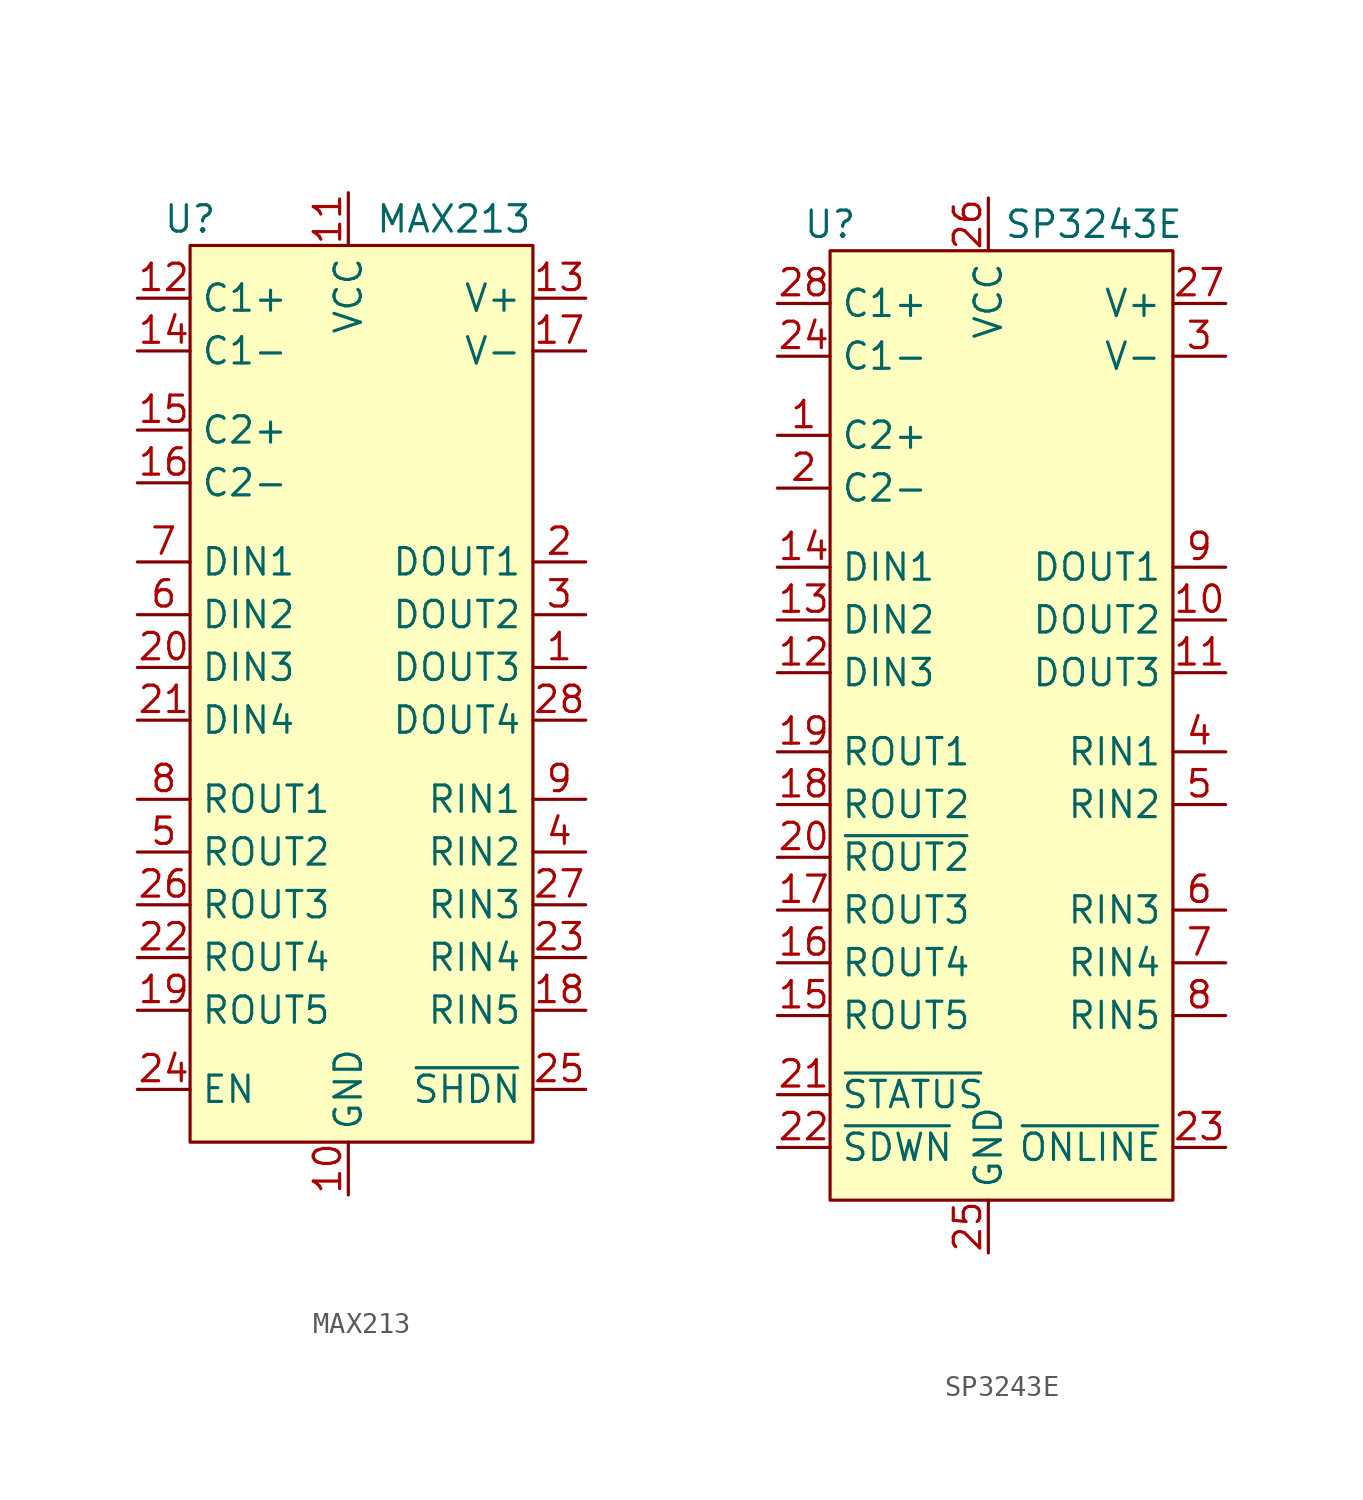
<source format=kicad_sym>
(kicad_symbol_lib
  (version 20211014)
  (generator kicad_symbol_editor)
  (symbol "MAX213"
    (property "Reference" "U"
      (at -7.62 15.24 0)
      (effects (font (size 1.27 1.27))))
    (property "Value" "MAX213"
      (at 5.08 15.24 0)
      (effects (font (size 1.27 1.27))))
    (symbol "MAX213_0_1"
      (rectangle (start -7.62 13.97) (end 8.89 -29.21) (stroke (width 0) (type default) (color 0 0 0 0)) (fill (type background))))
    (symbol "MAX213_1_1"
      (pin output line (at 11.43 -6.35 180) (length 2.54) (name "DOUT3" (effects (font (size 1.27 1.27)))) (number "1" (effects (font (size 1.27 1.27)))))
      (pin power_in line (at 0 -31.75 90) (length 2.54) (name "GND" (effects (font (size 1.27 1.27)))) (number "10" (effects (font (size 1.27 1.27)))))
      (pin power_in line (at 0 16.51 270) (length 2.54) (name "VCC" (effects (font (size 1.27 1.27)))) (number "11" (effects (font (size 1.27 1.27)))))
      (pin passive line (at -10.16 11.43 0) (length 2.54) (name "C1+" (effects (font (size 1.27 1.27)))) (number "12" (effects (font (size 1.27 1.27)))))
      (pin power_in line (at 11.43 11.43 180) (length 2.54) (name "V+" (effects (font (size 1.27 1.27)))) (number "13" (effects (font (size 1.27 1.27)))))
      (pin passive line (at -10.16 8.89 0) (length 2.54) (name "C1-" (effects (font (size 1.27 1.27)))) (number "14" (effects (font (size 1.27 1.27)))))
      (pin passive line (at -10.16 5.08 0) (length 2.54) (name "C2+" (effects (font (size 1.27 1.27)))) (number "15" (effects (font (size 1.27 1.27)))))
      (pin passive line (at -10.16 2.54 0) (length 2.54) (name "C2-" (effects (font (size 1.27 1.27)))) (number "16" (effects (font (size 1.27 1.27)))))
      (pin power_in line (at 11.43 8.89 180) (length 2.54) (name "V-" (effects (font (size 1.27 1.27)))) (number "17" (effects (font (size 1.27 1.27)))))
      (pin input line (at 11.43 -22.86 180) (length 2.54) (name "RIN5" (effects (font (size 1.27 1.27)))) (number "18" (effects (font (size 1.27 1.27)))))
      (pin output line (at -10.16 -22.86 0) (length 2.54) (name "ROUT5" (effects (font (size 1.27 1.27)))) (number "19" (effects (font (size 1.27 1.27)))))
      (pin output line (at 11.43 -1.27 180) (length 2.54) (name "DOUT1" (effects (font (size 1.27 1.27)))) (number "2" (effects (font (size 1.27 1.27)))))
      (pin input line (at -10.16 -6.35 0) (length 2.54) (name "DIN3" (effects (font (size 1.27 1.27)))) (number "20" (effects (font (size 1.27 1.27)))))
      (pin input line (at -10.16 -8.89 0) (length 2.54) (name "DIN4" (effects (font (size 1.27 1.27)))) (number "21" (effects (font (size 1.27 1.27)))))
      (pin output line (at -10.16 -20.32 0) (length 2.54) (name "ROUT4" (effects (font (size 1.27 1.27)))) (number "22" (effects (font (size 1.27 1.27)))))
      (pin input line (at 11.43 -20.32 180) (length 2.54) (name "RIN4" (effects (font (size 1.27 1.27)))) (number "23" (effects (font (size 1.27 1.27)))))
      (pin input line (at -10.16 -26.67 0) (length 2.54) (name "EN" (effects (font (size 1.27 1.27)))) (number "24" (effects (font (size 1.27 1.27)))))
      (pin input line (at 11.43 -26.67 180) (length 2.54) (name "~{SHDN}" (effects (font (size 1.27 1.27)))) (number "25" (effects (font (size 1.27 1.27)))))
      (pin output line (at -10.16 -17.78 0) (length 2.54) (name "ROUT3" (effects (font (size 1.27 1.27)))) (number "26" (effects (font (size 1.27 1.27)))))
      (pin input line (at 11.43 -17.78 180) (length 2.54) (name "RIN3" (effects (font (size 1.27 1.27)))) (number "27" (effects (font (size 1.27 1.27)))))
      (pin output line (at 11.43 -8.89 180) (length 2.54) (name "DOUT4" (effects (font (size 1.27 1.27)))) (number "28" (effects (font (size 1.27 1.27)))))
      (pin output line (at 11.43 -3.81 180) (length 2.54) (name "DOUT2" (effects (font (size 1.27 1.27)))) (number "3" (effects (font (size 1.27 1.27)))))
      (pin input line (at 11.43 -15.24 180) (length 2.54) (name "RIN2" (effects (font (size 1.27 1.27)))) (number "4" (effects (font (size 1.27 1.27)))))
      (pin output line (at -10.16 -15.24 0) (length 2.54) (name "ROUT2" (effects (font (size 1.27 1.27)))) (number "5" (effects (font (size 1.27 1.27)))))
      (pin input line (at -10.16 -3.81 0) (length 2.54) (name "DIN2" (effects (font (size 1.27 1.27)))) (number "6" (effects (font (size 1.27 1.27)))))
      (pin input line (at -10.16 -1.27 0) (length 2.54) (name "DIN1" (effects (font (size 1.27 1.27)))) (number "7" (effects (font (size 1.27 1.27)))))
      (pin output line (at -10.16 -12.7 0) (length 2.54) (name "ROUT1" (effects (font (size 1.27 1.27)))) (number "8" (effects (font (size 1.27 1.27)))))
      (pin input line (at 11.43 -12.7 180) (length 2.54) (name "RIN1" (effects (font (size 1.27 1.27)))) (number "9" (effects (font (size 1.27 1.27)))))))
  (symbol "SP3243E"
    (property "Reference" "U"
      (at -7.62 15.24 0)
      (effects (font (size 1.27 1.27))))
    (property "Value" "SP3243E"
      (at 5.08 15.24 0)
      (effects (font (size 1.27 1.27))))
    (symbol "SP3243E_0_1"
      (rectangle (start -7.62 13.97) (end 8.89 -31.75) (stroke (width 0) (type default) (color 0 0 0 0)) (fill (type background))))
    (symbol "SP3243E_1_1"
      (pin passive line (at -10.16 5.08 0) (length 2.54) (name "C2+" (effects (font (size 1.27 1.27)))) (number "1" (effects (font (size 1.27 1.27)))))
      (pin output line (at 11.43 -3.81 180) (length 2.54) (name "DOUT2" (effects (font (size 1.27 1.27)))) (number "10" (effects (font (size 1.27 1.27)))))
      (pin output line (at 11.43 -6.35 180) (length 2.54) (name "DOUT3" (effects (font (size 1.27 1.27)))) (number "11" (effects (font (size 1.27 1.27)))))
      (pin input line (at -10.16 -6.35 0) (length 2.54) (name "DIN3" (effects (font (size 1.27 1.27)))) (number "12" (effects (font (size 1.27 1.27)))))
      (pin input line (at -10.16 -3.81 0) (length 2.54) (name "DIN2" (effects (font (size 1.27 1.27)))) (number "13" (effects (font (size 1.27 1.27)))))
      (pin input line (at -10.16 -1.27 0) (length 2.54) (name "DIN1" (effects (font (size 1.27 1.27)))) (number "14" (effects (font (size 1.27 1.27)))))
      (pin output line (at -10.16 -22.86 0) (length 2.54) (name "ROUT5" (effects (font (size 1.27 1.27)))) (number "15" (effects (font (size 1.27 1.27)))))
      (pin output line (at -10.16 -20.32 0) (length 2.54) (name "ROUT4" (effects (font (size 1.27 1.27)))) (number "16" (effects (font (size 1.27 1.27)))))
      (pin output line (at -10.16 -17.78 0) (length 2.54) (name "ROUT3" (effects (font (size 1.27 1.27)))) (number "17" (effects (font (size 1.27 1.27)))))
      (pin output line (at -10.16 -12.7 0) (length 2.54) (name "ROUT2" (effects (font (size 1.27 1.27)))) (number "18" (effects (font (size 1.27 1.27)))))
      (pin output line (at -10.16 -10.16 0) (length 2.54) (name "ROUT1" (effects (font (size 1.27 1.27)))) (number "19" (effects (font (size 1.27 1.27)))))
      (pin passive line (at -10.16 2.54 0) (length 2.54) (name "C2-" (effects (font (size 1.27 1.27)))) (number "2" (effects (font (size 1.27 1.27)))))
      (pin output line (at -10.16 -15.24 0) (length 2.54) (name "~{ROUT2}" (effects (font (size 1.27 1.27)))) (number "20" (effects (font (size 1.27 1.27)))))
      (pin input line (at -10.16 -26.67 0) (length 2.54) (name "~{STATUS}" (effects (font (size 1.27 1.27)))) (number "21" (effects (font (size 1.27 1.27)))))
      (pin input line (at -10.16 -29.21 0) (length 2.54) (name "~{SDWN}" (effects (font (size 1.27 1.27)))) (number "22" (effects (font (size 1.27 1.27)))))
      (pin output line (at 11.43 -29.21 180) (length 2.54) (name "~{ONLINE}" (effects (font (size 1.27 1.27)))) (number "23" (effects (font (size 1.27 1.27)))))
      (pin passive line (at -10.16 8.89 0) (length 2.54) (name "C1-" (effects (font (size 1.27 1.27)))) (number "24" (effects (font (size 1.27 1.27)))))
      (pin power_in line (at 0 -34.29 90) (length 2.54) (name "GND" (effects (font (size 1.27 1.27)))) (number "25" (effects (font (size 1.27 1.27)))))
      (pin power_in line (at 0 16.51 270) (length 2.54) (name "VCC" (effects (font (size 1.27 1.27)))) (number "26" (effects (font (size 1.27 1.27)))))
      (pin power_in line (at 11.43 11.43 180) (length 2.54) (name "V+" (effects (font (size 1.27 1.27)))) (number "27" (effects (font (size 1.27 1.27)))))
      (pin passive line (at -10.16 11.43 0) (length 2.54) (name "C1+" (effects (font (size 1.27 1.27)))) (number "28" (effects (font (size 1.27 1.27)))))
      (pin power_in line (at 11.43 8.89 180) (length 2.54) (name "V-" (effects (font (size 1.27 1.27)))) (number "3" (effects (font (size 1.27 1.27)))))
      (pin input line (at 11.43 -10.16 180) (length 2.54) (name "RIN1" (effects (font (size 1.27 1.27)))) (number "4" (effects (font (size 1.27 1.27)))))
      (pin input line (at 11.43 -12.7 180) (length 2.54) (name "RIN2" (effects (font (size 1.27 1.27)))) (number "5" (effects (font (size 1.27 1.27)))))
      (pin input line (at 11.43 -17.78 180) (length 2.54) (name "RIN3" (effects (font (size 1.27 1.27)))) (number "6" (effects (font (size 1.27 1.27)))))
      (pin input line (at 11.43 -20.32 180) (length 2.54) (name "RIN4" (effects (font (size 1.27 1.27)))) (number "7" (effects (font (size 1.27 1.27)))))
      (pin input line (at 11.43 -22.86 180) (length 2.54) (name "RIN5" (effects (font (size 1.27 1.27)))) (number "8" (effects (font (size 1.27 1.27)))))
      (pin output line (at 11.43 -1.27 180) (length 2.54) (name "DOUT1" (effects (font (size 1.27 1.27)))) (number "9" (effects (font (size 1.27 1.27))))))))
</source>
